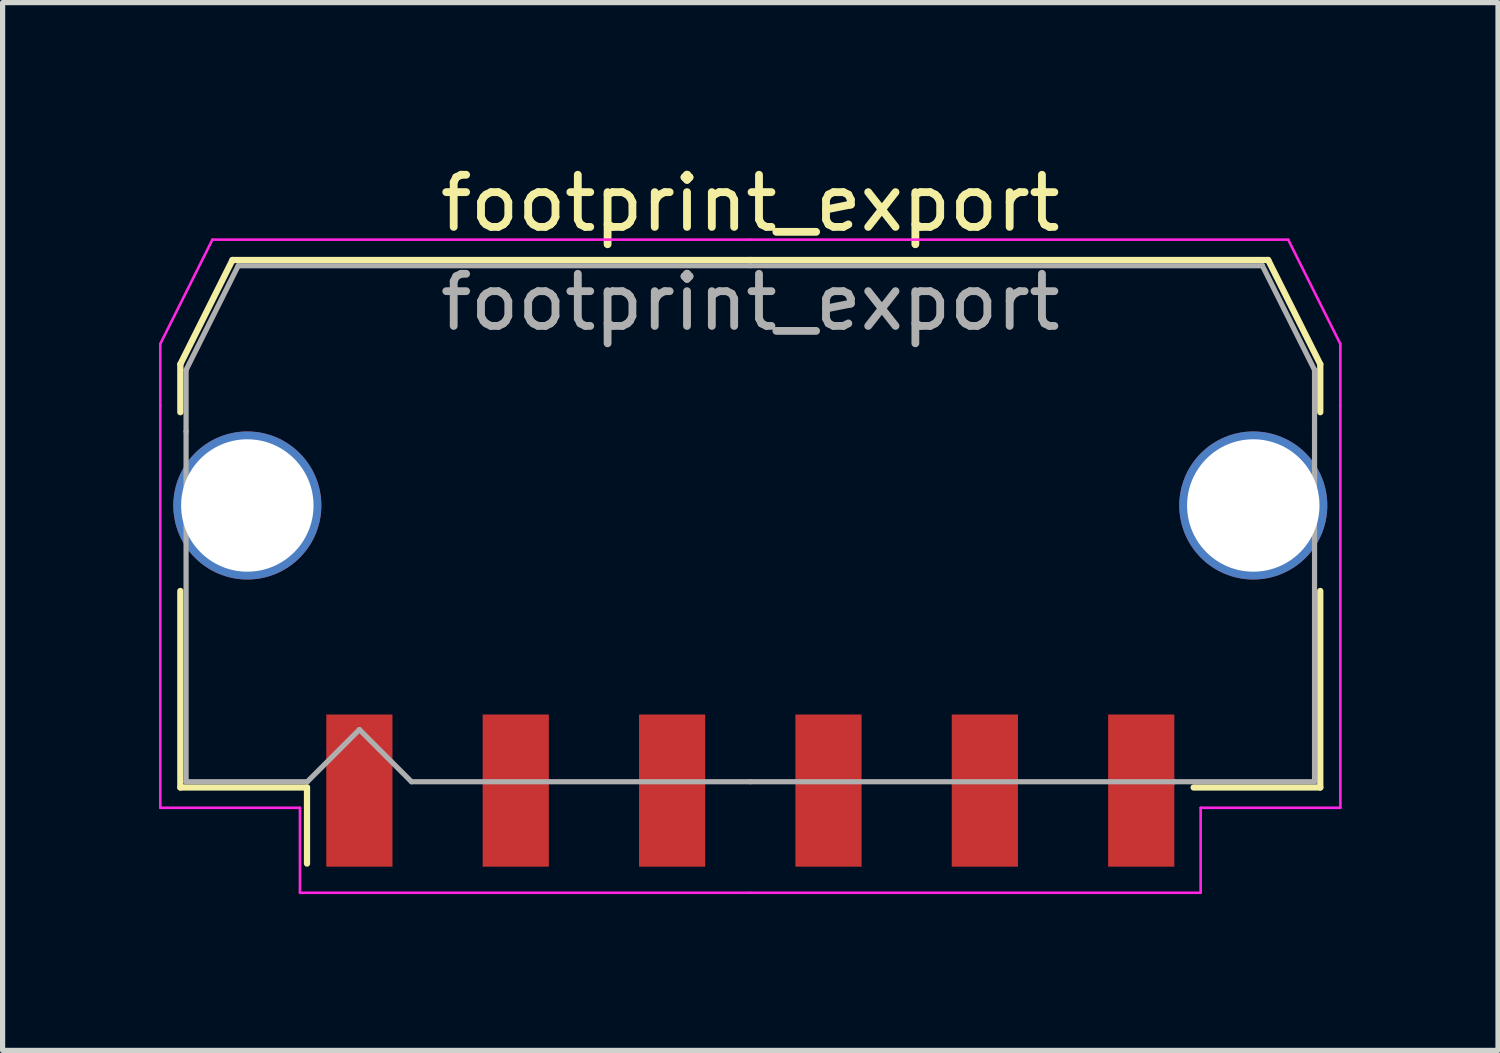
<source format=kicad_pcb>
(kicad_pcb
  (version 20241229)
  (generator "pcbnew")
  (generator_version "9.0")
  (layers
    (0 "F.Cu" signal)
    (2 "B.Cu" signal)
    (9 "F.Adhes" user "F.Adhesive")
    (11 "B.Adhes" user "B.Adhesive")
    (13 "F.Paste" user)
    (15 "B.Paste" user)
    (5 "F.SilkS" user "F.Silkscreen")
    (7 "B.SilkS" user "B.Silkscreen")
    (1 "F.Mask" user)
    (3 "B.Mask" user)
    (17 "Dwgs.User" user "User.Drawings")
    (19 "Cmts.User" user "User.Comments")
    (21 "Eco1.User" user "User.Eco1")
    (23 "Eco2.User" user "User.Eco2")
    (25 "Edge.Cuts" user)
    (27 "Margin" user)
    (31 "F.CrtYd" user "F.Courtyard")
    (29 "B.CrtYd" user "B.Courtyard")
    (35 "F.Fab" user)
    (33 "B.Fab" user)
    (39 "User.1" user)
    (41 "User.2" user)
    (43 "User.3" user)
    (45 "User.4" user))
  (footprint "footprint_export"
    (layer "F.Cu")
    (at 11.345 6.998)
    (property "Reference" "footprint_export" (at 0 -6.15 0) (layer "F.SilkS") (effects (font (size 1 1) (thickness 0.15))))
    (attr smd)
    (fp_line (start -10.935 -3.06) (end -10.935 -2.14) (stroke (width 0.12) (type solid)) (layer "F.SilkS"))
    (fp_line (start -10.935 1.29) (end -10.935 5.06) (stroke (width 0.12) (type solid)) (layer "F.SilkS"))
    (fp_line (start -10.935 5.06) (end -8.505 5.06) (stroke (width 0.12) (type solid)) (layer "F.SilkS"))
    (fp_line (start -9.935 -5.06) (end -10.935 -3.06) (stroke (width 0.12) (type solid)) (layer "F.SilkS"))
    (fp_line (start -8.505 5.06) (end -8.505 6.52) (stroke (width 0.12) (type solid)) (layer "F.SilkS"))
    (fp_line (start 0 -5.06) (end -9.935 -5.06) (stroke (width 0.12) (type solid)) (layer "F.SilkS"))
    (fp_line (start 0 -5.06) (end 9.935 -5.06) (stroke (width 0.12) (type solid)) (layer "F.SilkS"))
    (fp_line (start 9.935 -5.06) (end 10.935 -3.06) (stroke (width 0.12) (type solid)) (layer "F.SilkS"))
    (fp_line (start 10.935 -3.06) (end 10.935 -2.14) (stroke (width 0.12) (type solid)) (layer "F.SilkS"))
    (fp_line (start 10.935 1.29) (end 10.935 5.06) (stroke (width 0.12) (type solid)) (layer "F.SilkS"))
    (fp_line (start 10.935 5.06) (end 8.505 5.06) (stroke (width 0.12) (type solid)) (layer "F.SilkS"))
    (fp_line (start -11.32 -3.45) (end -11.32 -2.27) (stroke (width 0.05) (type solid)) (layer "F.CrtYd"))
    (fp_line (start -11.32 -2.27) (end -11.32 5.45) (stroke (width 0.05) (type solid)) (layer "F.CrtYd"))
    (fp_line (start -11.32 5.45) (end -8.64 5.45) (stroke (width 0.05) (type solid)) (layer "F.CrtYd"))
    (fp_line (start -10.32 -5.45) (end -11.32 -3.45) (stroke (width 0.05) (type solid)) (layer "F.CrtYd"))
    (fp_line (start -8.64 5.45) (end -8.64 7.08) (stroke (width 0.05) (type solid)) (layer "F.CrtYd"))
    (fp_line (start -8.64 7.08) (end 0 7.08) (stroke (width 0.05) (type solid)) (layer "F.CrtYd"))
    (fp_line (start 0 -5.45) (end -10.32 -5.45) (stroke (width 0.05) (type solid)) (layer "F.CrtYd"))
    (fp_line (start 0 -5.45) (end 10.32 -5.45) (stroke (width 0.05) (type solid)) (layer "F.CrtYd"))
    (fp_line (start 8.64 5.45) (end 8.64 7.08) (stroke (width 0.05) (type solid)) (layer "F.CrtYd"))
    (fp_line (start 8.64 7.08) (end 0 7.08) (stroke (width 0.05) (type solid)) (layer "F.CrtYd"))
    (fp_line (start 10.32 -5.45) (end 11.32 -3.45) (stroke (width 0.05) (type solid)) (layer "F.CrtYd"))
    (fp_line (start 11.32 -3.45) (end 11.32 -2.27) (stroke (width 0.05) (type solid)) (layer "F.CrtYd"))
    (fp_line (start 11.32 -2.27) (end 11.32 5.45) (stroke (width 0.05) (type solid)) (layer "F.CrtYd"))
    (fp_line (start 11.32 5.45) (end 8.64 5.45) (stroke (width 0.05) (type solid)) (layer "F.CrtYd"))
    (fp_line (start -10.825 -2.95) (end -10.825 -1.77) (stroke (width 0.1) (type solid)) (layer "F.Fab"))
    (fp_line (start -10.825 -1.77) (end -10.825 4.95) (stroke (width 0.1) (type solid)) (layer "F.Fab"))
    (fp_line (start -10.825 4.95) (end -8.5 4.95) (stroke (width 0.1) (type solid)) (layer "F.Fab"))
    (fp_line (start -9.825 -4.95) (end -10.825 -2.95) (stroke (width 0.1) (type solid)) (layer "F.Fab"))
    (fp_line (start -8.5 4.95) (end -7.5 3.95) (stroke (width 0.1) (type solid)) (layer "F.Fab"))
    (fp_line (start -7.5 3.95) (end -6.5 4.95) (stroke (width 0.1) (type solid)) (layer "F.Fab"))
    (fp_line (start -6.5 4.95) (end 0 4.95) (stroke (width 0.1) (type solid)) (layer "F.Fab"))
    (fp_line (start 0 -4.95) (end -9.825 -4.95) (stroke (width 0.1) (type solid)) (layer "F.Fab"))
    (fp_line (start 0 -4.95) (end 9.825 -4.95) (stroke (width 0.1) (type solid)) (layer "F.Fab"))
    (fp_line (start 8.135 4.95) (end 0 4.95) (stroke (width 0.1) (type solid)) (layer "F.Fab"))
    (fp_line (start 9.825 -4.95) (end 10.825 -2.95) (stroke (width 0.1) (type solid)) (layer "F.Fab"))
    (fp_line (start 10.825 -2.95) (end 10.825 -1.77) (stroke (width 0.1) (type solid)) (layer "F.Fab"))
    (fp_line (start 10.825 -1.77) (end 10.825 4.95) (stroke (width 0.1) (type solid)) (layer "F.Fab"))
    (fp_line (start 10.825 4.95) (end 8.135 4.95) (stroke (width 0.1) (type solid)) (layer "F.Fab"))
    (fp_text user "${REFERENCE}" (at 0 -4.25 0) (layer "F.Fab") (effects (font (size 1 1) (thickness 0.15))))
    (pad "1" smd rect (at -7.5 5.12) (size 1.27 2.92) (layers "F.Cu" "F.Mask" "F.Paste"))
    (pad "2" smd rect (at -4.5 5.12) (size 1.27 2.92) (layers "F.Cu" "F.Mask" "F.Paste"))
    (pad "3" smd rect (at -1.5 5.12) (size 1.27 2.92) (layers "F.Cu" "F.Mask" "F.Paste"))
    (pad "4" smd rect (at 1.5 5.12) (size 1.27 2.92) (layers "F.Cu" "F.Mask" "F.Paste"))
    (pad "5" smd rect (at 4.5 5.12) (size 1.27 2.92) (layers "F.Cu" "F.Mask" "F.Paste"))
    (pad "6" smd rect (at 7.5 5.12) (size 1.27 2.92) (layers "F.Cu" "F.Mask" "F.Paste"))
    (pad "MP" thru_hole circle (at -9.65 -0.35) (size 2.84 2.84) (drill 2.54) (layers "*.Cu" "*.Mask"))
    (pad "MP" thru_hole circle (at 9.65 -0.35) (size 2.84 2.84) (drill 2.54) (layers "*.Cu" "*.Mask")))
  (gr_rect
    (start -3 -3)
    (end 25.69 17.103)
    (stroke (width 0.1) (type default))
    (fill no)
    (layer "Edge.Cuts")))
</source>
